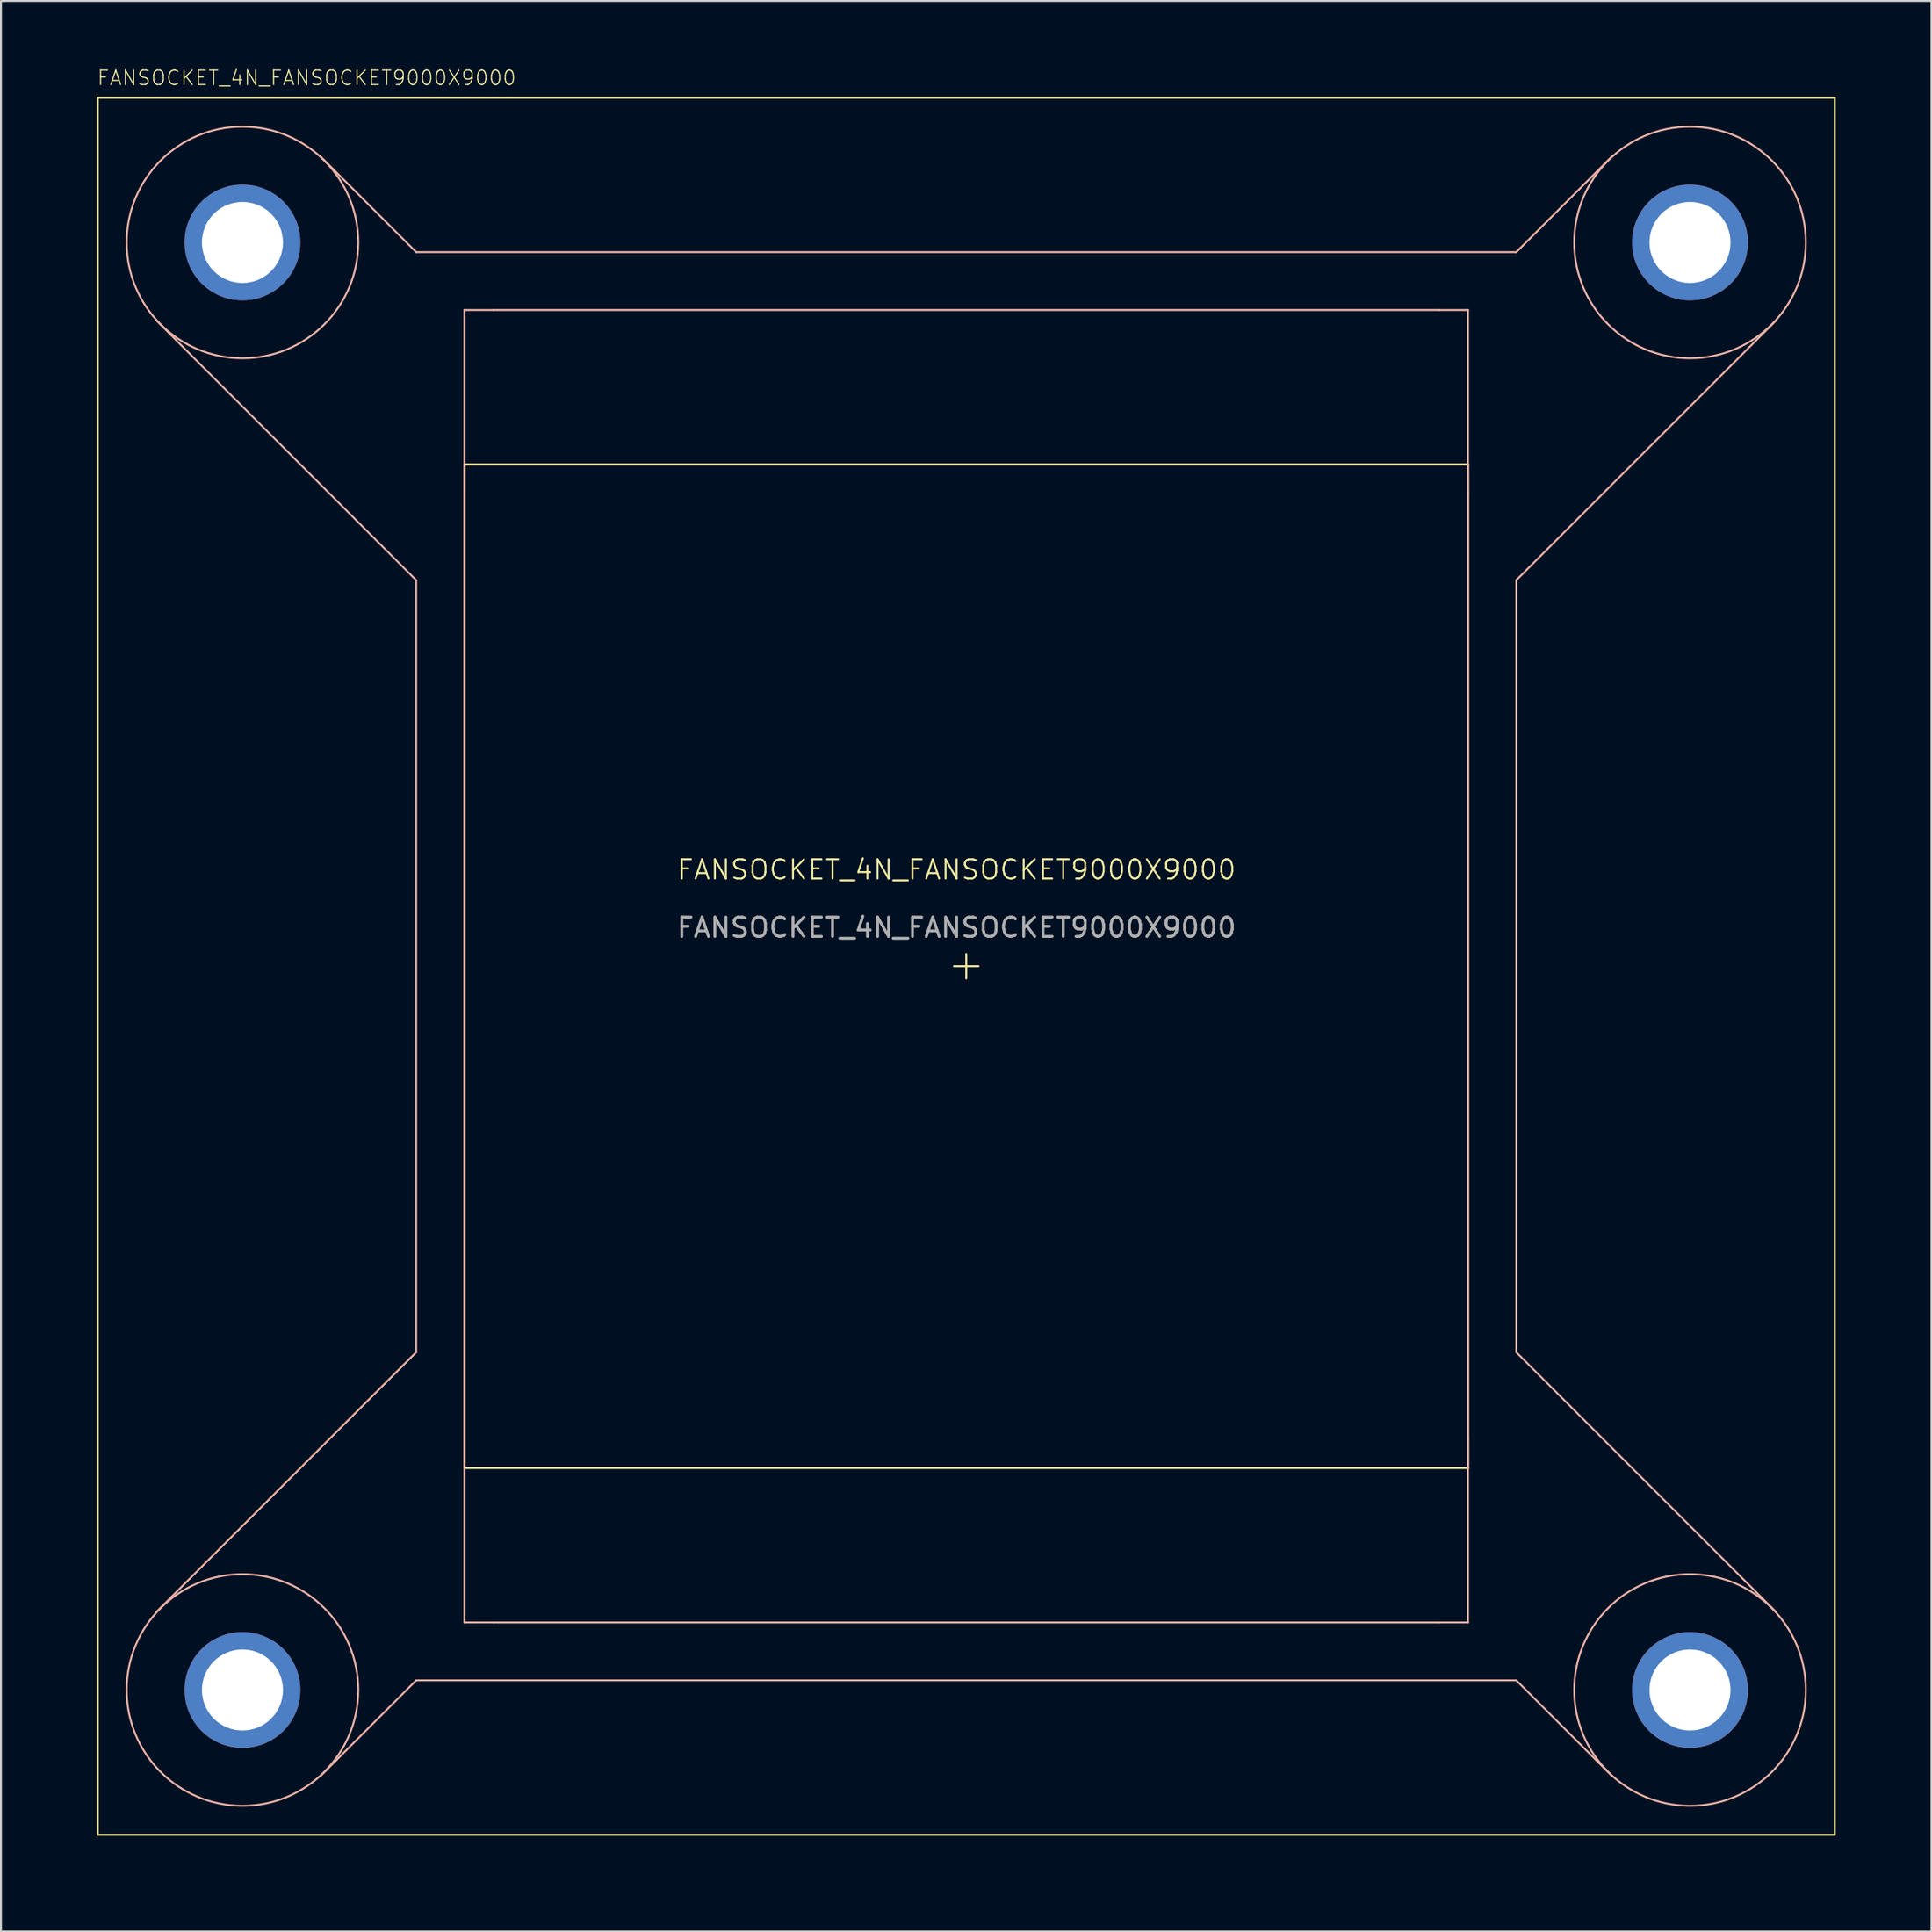
<source format=kicad_pcb>
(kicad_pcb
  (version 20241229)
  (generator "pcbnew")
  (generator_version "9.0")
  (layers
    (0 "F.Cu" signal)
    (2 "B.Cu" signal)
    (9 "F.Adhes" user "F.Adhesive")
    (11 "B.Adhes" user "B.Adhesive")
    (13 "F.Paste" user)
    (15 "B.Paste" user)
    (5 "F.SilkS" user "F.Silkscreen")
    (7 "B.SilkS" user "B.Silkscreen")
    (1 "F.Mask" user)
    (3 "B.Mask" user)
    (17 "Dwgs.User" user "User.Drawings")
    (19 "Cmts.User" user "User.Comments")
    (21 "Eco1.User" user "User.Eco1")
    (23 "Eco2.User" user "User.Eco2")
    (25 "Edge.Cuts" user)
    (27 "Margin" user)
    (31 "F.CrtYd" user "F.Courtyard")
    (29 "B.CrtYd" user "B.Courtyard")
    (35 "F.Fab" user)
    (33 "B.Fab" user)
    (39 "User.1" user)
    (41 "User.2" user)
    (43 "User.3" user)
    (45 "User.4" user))
  (footprint "FANSOCKET_4N_FANSOCKET9000X9000"
    (layer "F.Cu")
    (at 46.513 42.513)
    (property "Reference" "FANSOCKET_4N_FANSOCKET9000X9000" (at 0 -0.5 0) (unlocked yes) (layer "F.SilkS") (effects (font (size 1 1) (thickness 0.1))))
    (attr smd)
    (fp_line (start -44.5 -40.5) (end 45.5 -40.5) (stroke (width 0.1) (type solid)) (layer "F.SilkS"))
    (fp_line (start -44.5 49.5) (end -44.5 -40.5) (stroke (width 0.1) (type solid)) (layer "F.SilkS"))
    (fp_line (start -44.5 49.5) (end 45.5 49.5) (stroke (width 0.1) (type solid)) (layer "F.SilkS"))
    (fp_line (start -25.5 -21.5) (end 26.5 -21.5) (stroke (width 0.1) (type solid)) (layer "F.SilkS"))
    (fp_line (start -25.5 30.5) (end -25.5 -21.5) (stroke (width 0.1) (type solid)) (layer "F.SilkS"))
    (fp_line (start -25.5 30.5) (end 26.5 30.5) (stroke (width 0.1) (type solid)) (layer "F.SilkS"))
    (fp_line (start -0.135 4.5) (end 1.135 4.5) (stroke (width 0.1) (type solid)) (layer "F.SilkS"))
    (fp_line (start 0.5 5.135) (end 0.5 3.865) (stroke (width 0.1) (type solid)) (layer "F.SilkS"))
    (fp_line (start 26.5 30.5) (end 26.5 -21.5) (stroke (width 0.1) (type solid)) (layer "F.SilkS"))
    (fp_line (start 45.5 49.5) (end 45.5 -40.5) (stroke (width 0.1) (type solid)) (layer "F.SilkS"))
    (fp_line (start -41.47 -28.97) (end -28 -15.5) (stroke (width 0.1) (type solid)) (layer "B.SilkS"))
    (fp_line (start -41.47 37.97) (end -28 24.5) (stroke (width 0.1) (type solid)) (layer "B.SilkS"))
    (fp_line (start -32.97 -37.47) (end -28 -32.5) (stroke (width 0.1) (type solid)) (layer "B.SilkS"))
    (fp_line (start -32.97 46.47) (end -28 41.5) (stroke (width 0.1) (type solid)) (layer "B.SilkS"))
    (fp_line (start -28 -32.5) (end 29 -32.5) (stroke (width 0.102) (type solid)) (layer "B.SilkS"))
    (fp_line (start -28 41.5) (end 29 41.5) (stroke (width 0.102) (type solid)) (layer "B.SilkS"))
    (fp_line (start -28 24.5) (end -28 -15.5) (stroke (width 0.1) (type solid)) (layer "B.SilkS"))
    (fp_line (start -25.5 -29.5) (end -24 -29.5) (stroke (width 0.1) (type solid)) (layer "B.SilkS"))
    (fp_line (start -25.5 -20) (end -25.5 -29.5) (stroke (width 0.1) (type solid)) (layer "B.SilkS"))
    (fp_line (start -25.5 29) (end -25.5 -20) (stroke (width 0.102) (type solid)) (layer "B.SilkS"))
    (fp_line (start -25.5 38.5) (end -25.5 29) (stroke (width 0.1) (type solid)) (layer "B.SilkS"))
    (fp_line (start -25.5 38.5) (end -24 38.5) (stroke (width 0.1) (type solid)) (layer "B.SilkS"))
    (fp_line (start -24 -29.5) (end 25 -29.5) (stroke (width 0.102) (type solid)) (layer "B.SilkS"))
    (fp_line (start -24 38.5) (end 25 38.5) (stroke (width 0.102) (type solid)) (layer "B.SilkS"))
    (fp_line (start 25 -29.5) (end 26.5 -29.5) (stroke (width 0.1) (type solid)) (layer "B.SilkS"))
    (fp_line (start 25 38.5) (end 26.5 38.5) (stroke (width 0.1) (type solid)) (layer "B.SilkS"))
    (fp_line (start 26.5 -20) (end 26.5 -29.5) (stroke (width 0.1) (type solid)) (layer "B.SilkS"))
    (fp_line (start 26.5 29) (end 26.5 -20) (stroke (width 0.102) (type solid)) (layer "B.SilkS"))
    (fp_line (start 26.5 38.5) (end 26.5 29) (stroke (width 0.1) (type solid)) (layer "B.SilkS"))
    (fp_line (start 29 -15.5) (end 42.47 -28.97) (stroke (width 0.1) (type solid)) (layer "B.SilkS"))
    (fp_line (start 29 24.5) (end 29 -15.5) (stroke (width 0.1) (type solid)) (layer "B.SilkS"))
    (fp_line (start 29 24.5) (end 42.47 37.97) (stroke (width 0.1) (type solid)) (layer "B.SilkS"))
    (fp_line (start 29 -32.5) (end 33.97 -37.47) (stroke (width 0.1) (type solid)) (layer "B.SilkS"))
    (fp_line (start 29 41.5) (end 33.97 46.47) (stroke (width 0.1) (type solid)) (layer "B.SilkS"))
    (fp_circle (center -37 -33) (end -37 -39) (stroke (width 0.1) (type solid)) (fill no) (layer "B.SilkS"))
    (fp_circle (center -37 42) (end -37 36) (stroke (width 0.1) (type solid)) (fill no) (layer "B.SilkS"))
    (fp_circle (center 38 -33) (end 38 -39) (stroke (width 0.1) (type solid)) (fill no) (layer "B.SilkS"))
    (fp_circle (center 38 42) (end 38 36) (stroke (width 0.1) (type solid)) (fill no) (layer "B.SilkS"))
    (fp_poly (pts (xy 45.5 49.5) (xy 45.5 -40.5) (xy -44.5 -40.5) (xy -44.5 49.5)) (stroke (width 0.1) (type dash)) (fill no) (layer "Eco1.User"))
    (fp_poly (pts (xy -34.021 -33) (xy -34.057 -33.466) (xy -34.166 -33.921) (xy -34.345 -34.353) (xy -34.59 -34.751) (xy -34.893 -35.107) (xy -35.249 -35.41) (xy -35.647 -35.655) (xy -36.079 -35.833) (xy -36.534 -35.943) (xy -37 -35.979) (xy -37.466 -35.943) (xy -37.921 -35.833) (xy -38.353 -35.655) (xy -38.486 -35.573) (xy -38.751 -35.41) (xy -39.107 -35.107) (xy -39.41 -34.751) (xy -39.655 -34.353) (xy -39.834 -33.921) (xy -39.943 -33.466) (xy -39.979 -33) (xy -39.943 -32.534) (xy -39.834 -32.079) (xy -39.655 -31.647) (xy -39.41 -31.249) (xy -39.107 -30.893) (xy -38.751 -30.59) (xy -38.486 -30.427) (xy -38.353 -30.345) (xy -37.921 -30.166) (xy -37.466 -30.057) (xy -37 -30.021) (xy -36.534 -30.057) (xy -36.079 -30.166) (xy -35.647 -30.345) (xy -35.249 -30.59) (xy -34.893 -30.893) (xy -34.59 -31.249) (xy -34.345 -31.647) (xy -34.166 -32.079) (xy -34.057 -32.534)) (stroke (width 0.1) (type dash)) (fill no) (layer "Eco1.User"))
    (fp_poly (pts (xy -34.021 42) (xy -34.057 41.534) (xy -34.166 41.079) (xy -34.345 40.647) (xy -34.59 40.249) (xy -34.893 39.893) (xy -35.249 39.59) (xy -35.647 39.345) (xy -36.079 39.166) (xy -36.534 39.057) (xy -37 39.021) (xy -37.466 39.057) (xy -37.921 39.166) (xy -38.353 39.345) (xy -38.486 39.427) (xy -38.751 39.59) (xy -39.107 39.893) (xy -39.41 40.249) (xy -39.655 40.647) (xy -39.834 41.079) (xy -39.943 41.534) (xy -39.979 42) (xy -39.943 42.466) (xy -39.834 42.921) (xy -39.655 43.353) (xy -39.41 43.751) (xy -39.107 44.107) (xy -38.751 44.41) (xy -38.486 44.573) (xy -38.353 44.655) (xy -37.921 44.833) (xy -37.466 44.943) (xy -37 44.979) (xy -36.534 44.943) (xy -36.079 44.833) (xy -35.647 44.655) (xy -35.249 44.41) (xy -34.893 44.107) (xy -34.59 43.751) (xy -34.345 43.353) (xy -34.166 42.921) (xy -34.057 42.466)) (stroke (width 0.1) (type dash)) (fill no) (layer "Eco1.User"))
    (fp_poly (pts (xy 40.979 -33) (xy 40.943 -33.466) (xy 40.833 -33.921) (xy 40.655 -34.352) (xy 40.41 -34.751) (xy 40.107 -35.107) (xy 39.751 -35.41) (xy 39.353 -35.654) (xy 38.921 -35.833) (xy 38.466 -35.943) (xy 38 -35.979) (xy 37.534 -35.943) (xy 37.079 -35.833) (xy 36.647 -35.654) (xy 36.514 -35.573) (xy 36.249 -35.41) (xy 35.893 -35.107) (xy 35.59 -34.751) (xy 35.346 -34.352) (xy 35.167 -33.921) (xy 35.057 -33.466) (xy 35.021 -33) (xy 35.057 -32.534) (xy 35.167 -32.079) (xy 35.346 -31.647) (xy 35.59 -31.249) (xy 35.893 -30.893) (xy 36.249 -30.59) (xy 36.514 -30.427) (xy 36.647 -30.345) (xy 37.079 -30.167) (xy 37.534 -30.057) (xy 38 -30.021) (xy 38.466 -30.057) (xy 38.921 -30.167) (xy 39.353 -30.345) (xy 39.751 -30.59) (xy 40.107 -30.893) (xy 40.41 -31.249) (xy 40.655 -31.647) (xy 40.833 -32.079) (xy 40.943 -32.534)) (stroke (width 0.1) (type dash)) (fill no) (layer "Eco1.User"))
    (fp_poly (pts (xy 40.979 42) (xy 40.943 41.534) (xy 40.833 41.079) (xy 40.655 40.647) (xy 40.41 40.249) (xy 40.107 39.893) (xy 39.751 39.59) (xy 39.353 39.345) (xy 38.921 39.167) (xy 38.466 39.057) (xy 38 39.021) (xy 37.534 39.057) (xy 37.079 39.167) (xy 36.647 39.345) (xy 36.514 39.427) (xy 36.249 39.59) (xy 35.893 39.893) (xy 35.59 40.249) (xy 35.346 40.647) (xy 35.167 41.079) (xy 35.057 41.534) (xy 35.021 42) (xy 35.057 42.466) (xy 35.167 42.921) (xy 35.346 43.352) (xy 35.59 43.751) (xy 35.893 44.107) (xy 36.249 44.41) (xy 36.514 44.573) (xy 36.647 44.654) (xy 37.079 44.833) (xy 37.534 44.943) (xy 38 44.979) (xy 38.466 44.943) (xy 38.921 44.833) (xy 39.353 44.654) (xy 39.751 44.41) (xy 40.107 44.107) (xy 40.41 43.751) (xy 40.655 43.352) (xy 40.833 42.921) (xy 40.943 42.466)) (stroke (width 0.1) (type dash)) (fill no) (layer "Eco1.User"))
    (fp_line (start -46.5 -42.5) (end 47.5 -42.5) (stroke (width 0.025) (type solid)) (layer "User.7"))
    (fp_line (start -46.5 51.5) (end -46.5 -42.5) (stroke (width 0.025) (type solid)) (layer "User.7"))
    (fp_line (start -46.5 51.5) (end 47.5 51.5) (stroke (width 0.025) (type solid)) (layer "User.7"))
    (fp_line (start 47.5 51.5) (end 47.5 -42.5) (stroke (width 0.025) (type solid)) (layer "User.7"))
    (fp_text user "${REFERENCE}" (at -44.57 -41.088 0) (unlocked yes) (layer "F.SilkS") (effects (font (size 0.75 0.75) (thickness 0.06)) (justify left bottom)))
    (fp_text user "4" (at -37.3 42.092 0) (unlocked yes) (layer "Eco1.User") (effects (font (size 0.75 0.75) (thickness 0.06)) (justify left bottom)))
    (fp_text user "2" (at 37.7 -32.908 0) (unlocked yes) (layer "Eco1.User") (effects (font (size 0.75 0.75) (thickness 0.06)) (justify left bottom)))
    (fp_text user "1" (at -37.3 -32.908 0) (unlocked yes) (layer "Eco1.User") (effects (font (size 0.75 0.75) (thickness 0.06)) (justify left bottom)))
    (fp_text user "3" (at 37.7 42.092 0) (unlocked yes) (layer "Eco1.User") (effects (font (size 0.75 0.75) (thickness 0.06)) (justify left bottom)))
    (fp_text user "${REFERENCE}" (at 0 2.5 0) (unlocked yes) (layer "F.Fab") (effects (font (size 1 1) (thickness 0.15))))
    (pad "1" thru_hole circle (at -37 -33) (size 6 6) (drill 4.2) (layers "*.Cu" "*.Mask"))
    (pad "2" thru_hole circle (at 38 -33) (size 6 6) (drill 4.2) (layers "*.Cu" "*.Mask"))
    (pad "3" thru_hole circle (at 38 42) (size 6 6) (drill 4.2) (layers "*.Cu" "*.Mask"))
    (pad "4" thru_hole circle (at -37 42) (size 6 6) (drill 4.2) (layers "*.Cu" "*.Mask"))
    (zone (net_name "") (layer "B.Cu") (hatch edge 0.5) (connect_pads) (min_thickness 0.25) (filled_areas_thickness no) (keepout (tracks not_allowed) (vias not_allowed) (pads not_allowed) (copperpour not_allowed) (footprints allowed)) (placement (enabled no)) (fill) (polygon (pts (xy 12.522 9.513) (xy 12.485 9.042) (xy 12.375 8.583) (xy 12.194 8.147) (xy 11.947 7.744) (xy 11.641 7.385) (xy 11.281 7.078) (xy 10.879 6.832) (xy 10.443 6.651) (xy 9.983 6.541) (xy 9.513 6.504) (xy 9.042 6.541) (xy 8.583 6.651) (xy 8.147 6.832) (xy 8.012 6.914) (xy 7.744 7.078) (xy 7.385 7.385) (xy 7.078 7.744) (xy 6.832 8.147) (xy 6.651 8.583) (xy 6.541 9.042) (xy 6.504 9.513) (xy 6.541 9.983) (xy 6.651 10.443) (xy 6.832 10.879) (xy 7.078 11.281) (xy 7.385 11.641) (xy 7.744 11.947) (xy 8.012 12.112) (xy 8.147 12.194) (xy 8.583 12.375) (xy 9.042 12.485) (xy 9.513 12.522) (xy 9.983 12.485) (xy 10.443 12.375) (xy 10.879 12.194) (xy 11.281 11.947) (xy 11.641 11.641) (xy 11.947 11.281) (xy 12.194 10.879) (xy 12.375 10.443) (xy 12.485 9.983))))
    (zone (net_name "") (layer "B.Cu") (hatch edge 0.5) (connect_pads) (min_thickness 0.25) (filled_areas_thickness no) (keepout (tracks not_allowed) (vias not_allowed) (pads not_allowed) (copperpour not_allowed) (footprints allowed)) (placement (enabled no)) (fill) (polygon (pts (xy 12.522 84.513) (xy 12.485 84.042) (xy 12.375 83.583) (xy 12.194 83.147) (xy 11.947 82.744) (xy 11.641 82.385) (xy 11.281 82.078) (xy 10.879 81.831) (xy 10.443 81.651) (xy 9.983 81.541) (xy 9.513 81.504) (xy 9.042 81.541) (xy 8.583 81.651) (xy 8.147 81.831) (xy 8.012 81.914) (xy 7.744 82.078) (xy 7.385 82.385) (xy 7.078 82.744) (xy 6.832 83.147) (xy 6.651 83.583) (xy 6.541 84.042) (xy 6.504 84.513) (xy 6.541 84.983) (xy 6.651 85.443) (xy 6.832 85.879) (xy 7.078 86.281) (xy 7.385 86.64) (xy 7.744 86.947) (xy 8.012 87.112) (xy 8.147 87.194) (xy 8.583 87.375) (xy 9.042 87.485) (xy 9.513 87.522) (xy 9.983 87.485) (xy 10.443 87.375) (xy 10.879 87.194) (xy 11.281 86.947) (xy 11.641 86.64) (xy 11.947 86.281) (xy 12.194 85.879) (xy 12.375 85.443) (xy 12.485 84.983))))
    (zone (net_name "") (layer "B.Cu") (hatch edge 0.5) (connect_pads) (min_thickness 0.25) (filled_areas_thickness no) (keepout (tracks not_allowed) (vias not_allowed) (pads not_allowed) (copperpour not_allowed) (footprints allowed)) (placement (enabled no)) (fill) (polygon (pts (xy 87.522 9.513) (xy 87.485 9.042) (xy 87.375 8.583) (xy 87.194 8.147) (xy 86.947 7.744) (xy 86.641 7.385) (xy 86.282 7.078) (xy 85.879 6.832) (xy 85.443 6.651) (xy 84.983 6.541) (xy 84.513 6.504) (xy 84.042 6.541) (xy 83.583 6.651) (xy 83.147 6.832) (xy 83.012 6.914) (xy 82.744 7.078) (xy 82.385 7.385) (xy 82.078 7.744) (xy 81.831 8.147) (xy 81.651 8.583) (xy 81.541 9.042) (xy 81.504 9.513) (xy 81.541 9.983) (xy 81.651 10.443) (xy 81.831 10.879) (xy 82.078 11.282) (xy 82.385 11.641) (xy 82.744 11.947) (xy 83.012 12.112) (xy 83.147 12.194) (xy 83.583 12.375) (xy 84.042 12.485) (xy 84.513 12.522) (xy 84.983 12.485) (xy 85.443 12.375) (xy 85.879 12.194) (xy 86.282 11.947) (xy 86.641 11.641) (xy 86.947 11.282) (xy 87.194 10.879) (xy 87.375 10.443) (xy 87.485 9.983))))
    (zone (net_name "") (layer "B.Cu") (hatch edge 0.5) (connect_pads) (min_thickness 0.25) (filled_areas_thickness no) (keepout (tracks not_allowed) (vias not_allowed) (pads not_allowed) (copperpour not_allowed) (footprints allowed)) (placement (enabled no)) (fill) (polygon (pts (xy 87.522 84.513) (xy 87.485 84.042) (xy 87.375 83.583) (xy 87.194 83.146) (xy 86.947 82.744) (xy 86.641 82.385) (xy 86.282 82.078) (xy 85.879 81.831) (xy 85.443 81.651) (xy 84.983 81.54) (xy 84.513 81.503) (xy 84.042 81.54) (xy 83.583 81.651) (xy 83.147 81.831) (xy 83.012 81.914) (xy 82.744 82.078) (xy 82.385 82.385) (xy 82.078 82.744) (xy 81.831 83.146) (xy 81.651 83.583) (xy 81.541 84.042) (xy 81.504 84.513) (xy 81.541 84.983) (xy 81.651 85.443) (xy 81.831 85.879) (xy 82.078 86.281) (xy 82.385 86.641) (xy 82.744 86.947) (xy 83.012 87.112) (xy 83.147 87.194) (xy 83.583 87.375) (xy 84.042 87.485) (xy 84.513 87.522) (xy 84.983 87.485) (xy 85.443 87.375) (xy 85.879 87.194) (xy 86.282 86.947) (xy 86.641 86.641) (xy 86.947 86.281) (xy 87.194 85.879) (xy 87.375 85.443) (xy 87.485 84.983)))))
  (gr_rect
    (start -3 -3)
    (end 97.025 97.025)
    (stroke (width 0.1) (type default))
    (fill no)
    (layer "Edge.Cuts")))
</source>
